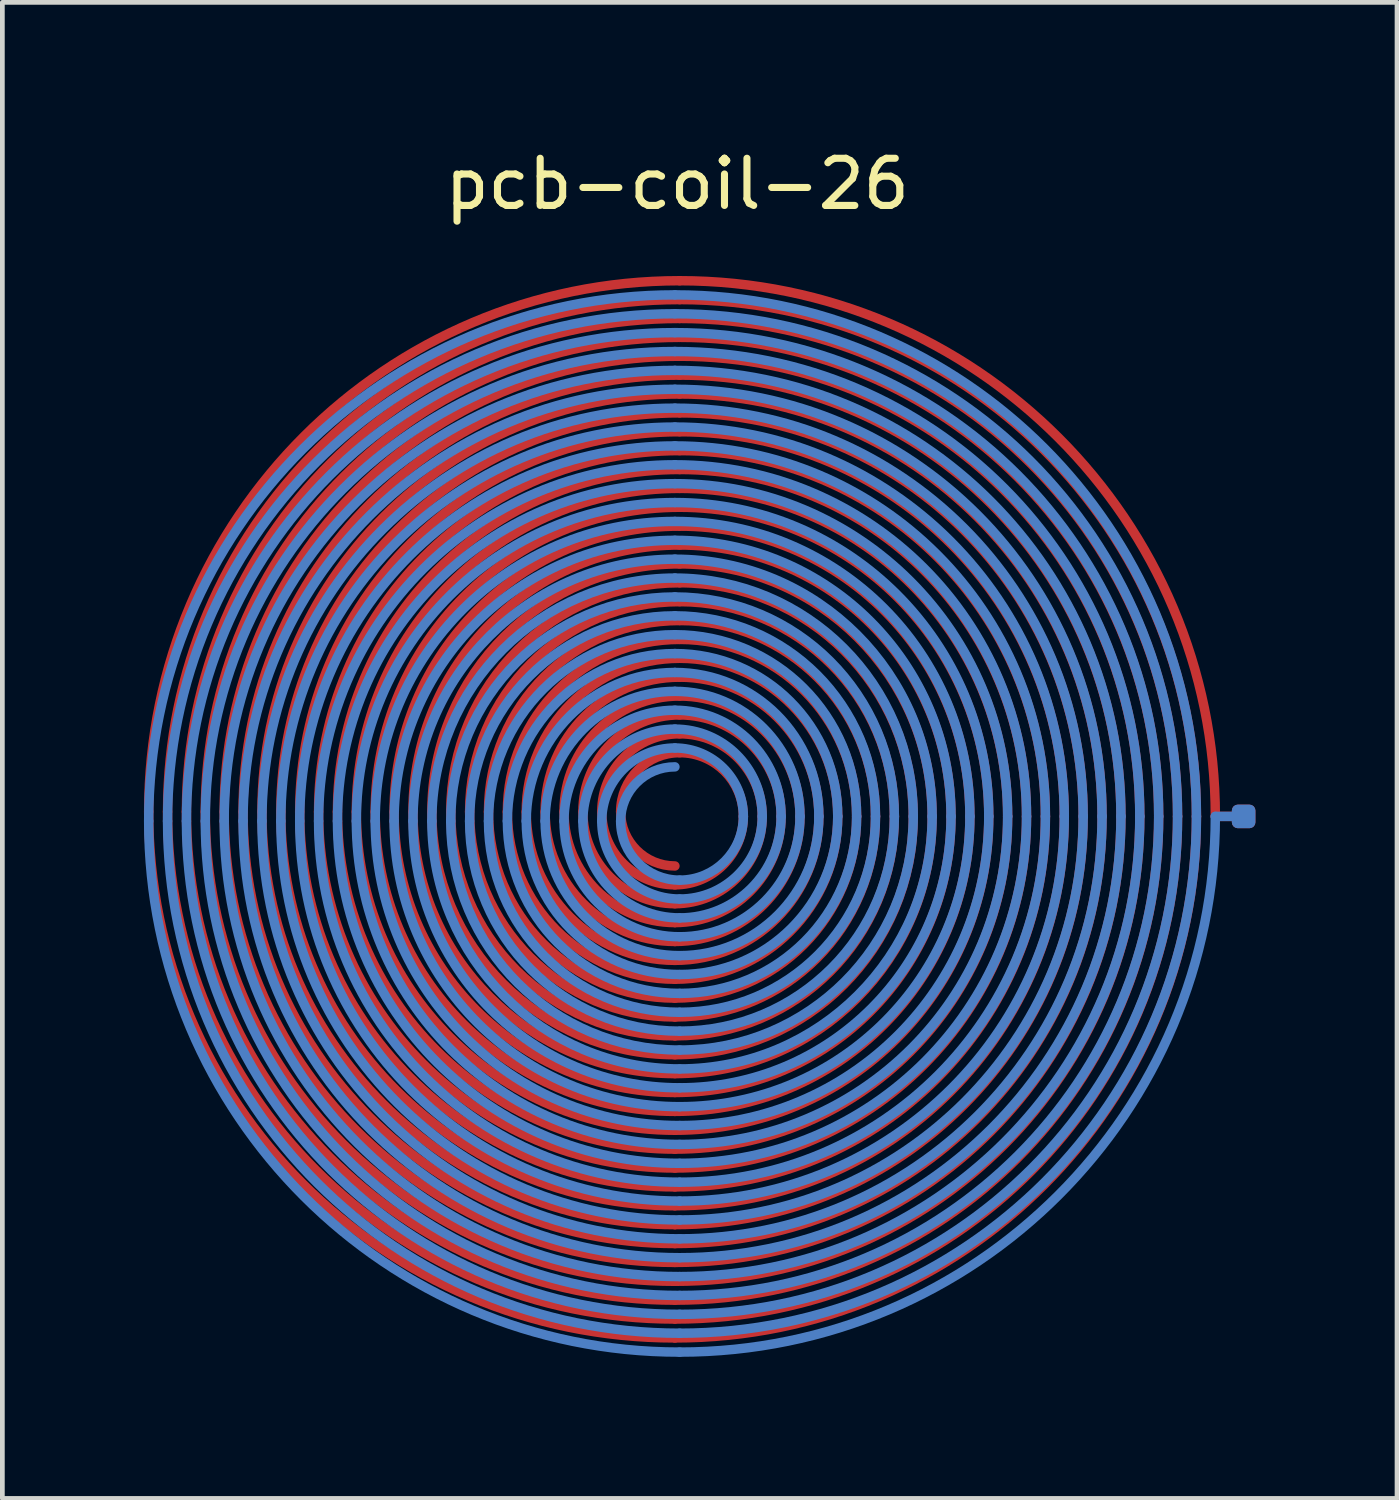
<source format=kicad_pcb>
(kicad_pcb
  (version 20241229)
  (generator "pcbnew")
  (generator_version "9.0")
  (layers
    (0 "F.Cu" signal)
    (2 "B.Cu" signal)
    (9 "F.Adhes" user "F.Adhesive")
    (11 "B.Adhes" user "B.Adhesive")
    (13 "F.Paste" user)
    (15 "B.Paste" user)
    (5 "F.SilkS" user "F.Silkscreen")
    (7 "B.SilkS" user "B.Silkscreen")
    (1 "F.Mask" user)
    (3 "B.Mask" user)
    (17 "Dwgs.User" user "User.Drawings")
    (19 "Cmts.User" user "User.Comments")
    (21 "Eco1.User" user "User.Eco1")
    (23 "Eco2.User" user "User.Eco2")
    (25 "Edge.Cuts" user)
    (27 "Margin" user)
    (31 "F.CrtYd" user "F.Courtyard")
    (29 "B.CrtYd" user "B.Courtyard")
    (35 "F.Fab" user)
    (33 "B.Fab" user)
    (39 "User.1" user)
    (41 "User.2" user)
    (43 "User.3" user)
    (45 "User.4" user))
  (footprint "pcb-coil-26"
    (layer "F.Cu")
    (at 11.3 14.248)
    (property "Reference" "pcb-coil-26" (at 0 -13.4 0) (layer "F.SilkS") (effects (font (size 1 1) (thickness 0.15))))
    (attr exclude_from_pos_files exclude_from_bom)
    (fp_line (start 11.4 0) (end 12 0) (stroke (width 0.2) (type solid)) (layer "F.Cu"))
    (fp_arc (start -11.2 -0.1) (mid -7.904951 -8.054951) (end 0.05 -11.35) (stroke (width 0.2) (type solid)) (layer "F.Cu"))
    (fp_arc (start -10.8 -0.1) (mid -7.622109 -7.772109) (end 0.05 -10.95) (stroke (width 0.2) (type solid)) (layer "F.Cu"))
    (fp_arc (start -10.4 -0.1) (mid -7.339266 -7.489266) (end 0.05 -10.55) (stroke (width 0.2) (type solid)) (layer "F.Cu"))
    (fp_arc (start -10 -0.1) (mid -7.056423 -7.206423) (end 0.05 -10.15) (stroke (width 0.2) (type solid)) (layer "F.Cu"))
    (fp_arc (start -9.6 -0.1) (mid -6.77358 -6.92358) (end 0.05 -9.75) (stroke (width 0.2) (type solid)) (layer "F.Cu"))
    (fp_arc (start -9.2 -0.1) (mid -6.490738 -6.640738) (end 0.05 -9.35) (stroke (width 0.2) (type solid)) (layer "F.Cu"))
    (fp_arc (start -8.8 -0.1) (mid -6.207895 -6.357895) (end 0.05 -8.95) (stroke (width 0.2) (type solid)) (layer "F.Cu"))
    (fp_arc (start -8.4 -0.1) (mid -5.925052 -6.075052) (end 0.05 -8.55) (stroke (width 0.2) (type solid)) (layer "F.Cu"))
    (fp_arc (start -8 -0.1) (mid -5.64221 -5.79221) (end 0.05 -8.15) (stroke (width 0.2) (type solid)) (layer "F.Cu"))
    (fp_arc (start -7.6 -0.1) (mid -5.359367 -5.509367) (end 0.05 -7.75) (stroke (width 0.2) (type solid)) (layer "F.Cu"))
    (fp_arc (start -7.2 -0.1) (mid -5.076524 -5.226524) (end 0.05 -7.35) (stroke (width 0.2) (type solid)) (layer "F.Cu"))
    (fp_arc (start -6.8 -0.1) (mid -4.793681 -4.943681) (end 0.05 -6.95) (stroke (width 0.2) (type solid)) (layer "F.Cu"))
    (fp_arc (start -6.4 -0.1) (mid -4.510839 -4.660839) (end 0.05 -6.55) (stroke (width 0.2) (type solid)) (layer "F.Cu"))
    (fp_arc (start -6 -0.1) (mid -4.227996 -4.377996) (end 0.05 -6.15) (stroke (width 0.2) (type solid)) (layer "F.Cu"))
    (fp_arc (start -5.6 -0.1) (mid -3.945153 -4.095153) (end 0.05 -5.75) (stroke (width 0.2) (type solid)) (layer "F.Cu"))
    (fp_arc (start -5.2 -0.1) (mid -3.662311 -3.812311) (end 0.05 -5.35) (stroke (width 0.2) (type solid)) (layer "F.Cu"))
    (fp_arc (start -4.8 -0.1) (mid -3.379468 -3.529468) (end 0.05 -4.95) (stroke (width 0.2) (type solid)) (layer "F.Cu"))
    (fp_arc (start -4.4 -0.1) (mid -3.096625 -3.246625) (end 0.05 -4.55) (stroke (width 0.2) (type solid)) (layer "F.Cu"))
    (fp_arc (start -4 -0.1) (mid -2.813782 -2.963782) (end 0.05 -4.15) (stroke (width 0.2) (type solid)) (layer "F.Cu"))
    (fp_arc (start -3.6 -0.1) (mid -2.53094 -2.68094) (end 0.05 -3.75) (stroke (width 0.2) (type solid)) (layer "F.Cu"))
    (fp_arc (start -3.2 -0.1) (mid -2.248097 -2.398097) (end 0.05 -3.35) (stroke (width 0.2) (type solid)) (layer "F.Cu"))
    (fp_arc (start -2.8 -0.1) (mid -1.965254 -2.115254) (end 0.05 -2.95) (stroke (width 0.2) (type solid)) (layer "F.Cu"))
    (fp_arc (start -2.4 -0.1) (mid -1.682412 -1.832412) (end 0.05 -2.55) (stroke (width 0.2) (type solid)) (layer "F.Cu"))
    (fp_arc (start -2 -0.1) (mid -1.399569 -1.549569) (end 0.05 -2.15) (stroke (width 0.2) (type solid)) (layer "F.Cu"))
    (fp_arc (start -1.6 -0.1) (mid -1.116726 -1.266726) (end 0.05 -1.75) (stroke (width 0.2) (type solid)) (layer "F.Cu"))
    (fp_arc (start -1.2 -0.1) (mid -0.833883 -0.983883) (end 0.05 -1.35) (stroke (width 0.2) (type solid)) (layer "F.Cu"))
    (fp_arc (start -0.05 1.05) (mid -0.863173 0.713173) (end -1.2 -0.1) (stroke (width 0.2) (type solid)) (layer "F.Cu"))
    (fp_arc (start -0.05 1.45) (mid -1.146016 0.996016) (end -1.6 -0.1) (stroke (width 0.2) (type solid)) (layer "F.Cu"))
    (fp_arc (start -0.05 1.85) (mid -1.428858 1.278858) (end -2 -0.1) (stroke (width 0.2) (type solid)) (layer "F.Cu"))
    (fp_arc (start -0.05 2.25) (mid -1.711701 1.561701) (end -2.4 -0.1) (stroke (width 0.2) (type solid)) (layer "F.Cu"))
    (fp_arc (start -0.05 2.65) (mid -1.994544 1.844544) (end -2.8 -0.1) (stroke (width 0.2) (type solid)) (layer "F.Cu"))
    (fp_arc (start -0.05 3.05) (mid -2.277386 2.127386) (end -3.2 -0.1) (stroke (width 0.2) (type solid)) (layer "F.Cu"))
    (fp_arc (start -0.05 3.45) (mid -2.560229 2.410229) (end -3.6 -0.1) (stroke (width 0.2) (type solid)) (layer "F.Cu"))
    (fp_arc (start -0.05 3.85) (mid -2.843072 2.693072) (end -4 -0.1) (stroke (width 0.2) (type solid)) (layer "F.Cu"))
    (fp_arc (start -0.05 4.25) (mid -3.125914 2.975914) (end -4.4 -0.1) (stroke (width 0.2) (type solid)) (layer "F.Cu"))
    (fp_arc (start -0.05 4.65) (mid -3.408757 3.258757) (end -4.8 -0.1) (stroke (width 0.2) (type solid)) (layer "F.Cu"))
    (fp_arc (start -0.05 5.05) (mid -3.6916 3.5416) (end -5.2 -0.1) (stroke (width 0.2) (type solid)) (layer "F.Cu"))
    (fp_arc (start -0.05 5.45) (mid -3.974443 3.824443) (end -5.6 -0.1) (stroke (width 0.2) (type solid)) (layer "F.Cu"))
    (fp_arc (start -0.05 5.85) (mid -4.257285 4.107285) (end -6 -0.1) (stroke (width 0.2) (type solid)) (layer "F.Cu"))
    (fp_arc (start -0.05 6.25) (mid -4.540128 4.390128) (end -6.4 -0.1) (stroke (width 0.2) (type solid)) (layer "F.Cu"))
    (fp_arc (start -0.05 6.65) (mid -4.822971 4.672971) (end -6.8 -0.1) (stroke (width 0.2) (type solid)) (layer "F.Cu"))
    (fp_arc (start -0.05 7.05) (mid -5.105813 4.955813) (end -7.2 -0.1) (stroke (width 0.2) (type solid)) (layer "F.Cu"))
    (fp_arc (start -0.05 7.45) (mid -5.388656 5.238656) (end -7.6 -0.1) (stroke (width 0.2) (type solid)) (layer "F.Cu"))
    (fp_arc (start -0.05 7.85) (mid -5.671499 5.521499) (end -8 -0.1) (stroke (width 0.2) (type solid)) (layer "F.Cu"))
    (fp_arc (start -0.05 8.25) (mid -5.954342 5.804342) (end -8.4 -0.1) (stroke (width 0.2) (type solid)) (layer "F.Cu"))
    (fp_arc (start -0.05 8.65) (mid -6.237184 6.087184) (end -8.8 -0.1) (stroke (width 0.2) (type solid)) (layer "F.Cu"))
    (fp_arc (start -0.05 9.05) (mid -6.520027 6.370027) (end -9.2 -0.1) (stroke (width 0.2) (type solid)) (layer "F.Cu"))
    (fp_arc (start -0.05 9.45) (mid -6.80287 6.65287) (end -9.6 -0.1) (stroke (width 0.2) (type solid)) (layer "F.Cu"))
    (fp_arc (start -0.05 9.85) (mid -7.085712 6.935712) (end -10 -0.1) (stroke (width 0.2) (type solid)) (layer "F.Cu"))
    (fp_arc (start -0.05 10.25) (mid -7.368555 7.218555) (end -10.4 -0.1) (stroke (width 0.2) (type solid)) (layer "F.Cu"))
    (fp_arc (start -0.05 10.65) (mid -7.651398 7.501398) (end -10.8 -0.1) (stroke (width 0.2) (type solid)) (layer "F.Cu"))
    (fp_arc (start -0.05 11.05) (mid -7.934241 7.784241) (end -11.2 -0.1) (stroke (width 0.2) (type solid)) (layer "F.Cu"))
    (fp_arc (start 0.05 -11.35) (mid 8.075662 -8.025662) (end 11.4 0) (stroke (width 0.2) (type solid)) (layer "F.Cu"))
    (fp_arc (start 0.05 -10.95) (mid 7.792819 -7.742819) (end 11 0) (stroke (width 0.2) (type solid)) (layer "F.Cu"))
    (fp_arc (start 0.05 -10.55) (mid 7.509977 -7.459977) (end 10.6 0) (stroke (width 0.2) (type solid)) (layer "F.Cu"))
    (fp_arc (start 0.05 -10.15) (mid 7.227134 -7.177134) (end 10.2 0) (stroke (width 0.2) (type solid)) (layer "F.Cu"))
    (fp_arc (start 0.05 -9.75) (mid 6.944291 -6.894291) (end 9.8 0) (stroke (width 0.2) (type solid)) (layer "F.Cu"))
    (fp_arc (start 0.05 -9.35) (mid 6.661448 -6.611448) (end 9.4 0) (stroke (width 0.2) (type solid)) (layer "F.Cu"))
    (fp_arc (start 0.05 -8.95) (mid 6.378606 -6.328606) (end 9 0) (stroke (width 0.2) (type solid)) (layer "F.Cu"))
    (fp_arc (start 0.05 -8.55) (mid 6.095763 -6.045763) (end 8.6 0) (stroke (width 0.2) (type solid)) (layer "F.Cu"))
    (fp_arc (start 0.05 -8.15) (mid 5.81292 -5.76292) (end 8.2 0) (stroke (width 0.2) (type solid)) (layer "F.Cu"))
    (fp_arc (start 0.05 -7.75) (mid 5.530078 -5.480078) (end 7.8 0) (stroke (width 0.2) (type solid)) (layer "F.Cu"))
    (fp_arc (start 0.05 -7.35) (mid 5.247235 -5.197235) (end 7.4 0) (stroke (width 0.2) (type solid)) (layer "F.Cu"))
    (fp_arc (start 0.05 -6.95) (mid 4.964392 -4.914392) (end 7 0) (stroke (width 0.2) (type solid)) (layer "F.Cu"))
    (fp_arc (start 0.05 -6.55) (mid 4.681549 -4.631549) (end 6.6 0) (stroke (width 0.2) (type solid)) (layer "F.Cu"))
    (fp_arc (start 0.05 -6.15) (mid 4.398707 -4.348707) (end 6.2 0) (stroke (width 0.2) (type solid)) (layer "F.Cu"))
    (fp_arc (start 0.05 -5.75) (mid 4.115864 -4.065864) (end 5.8 0) (stroke (width 0.2) (type solid)) (layer "F.Cu"))
    (fp_arc (start 0.05 -5.35) (mid 3.833021 -3.783021) (end 5.4 0) (stroke (width 0.2) (type solid)) (layer "F.Cu"))
    (fp_arc (start 0.05 -4.95) (mid 3.550179 -3.500179) (end 5 0) (stroke (width 0.2) (type solid)) (layer "F.Cu"))
    (fp_arc (start 0.05 -4.55) (mid 3.267336 -3.217336) (end 4.6 0) (stroke (width 0.2) (type solid)) (layer "F.Cu"))
    (fp_arc (start 0.05 -4.15) (mid 2.984493 -2.934493) (end 4.2 0) (stroke (width 0.2) (type solid)) (layer "F.Cu"))
    (fp_arc (start 0.05 -3.75) (mid 2.70165 -2.65165) (end 3.8 0) (stroke (width 0.2) (type solid)) (layer "F.Cu"))
    (fp_arc (start 0.05 -3.35) (mid 2.418808 -2.368808) (end 3.4 0) (stroke (width 0.2) (type solid)) (layer "F.Cu"))
    (fp_arc (start 0.05 -2.95) (mid 2.135965 -2.085965) (end 3 0) (stroke (width 0.2) (type solid)) (layer "F.Cu"))
    (fp_arc (start 0.05 -2.55) (mid 1.853122 -1.803122) (end 2.6 0) (stroke (width 0.2) (type solid)) (layer "F.Cu"))
    (fp_arc (start 0.05 -2.15) (mid 1.57028 -1.52028) (end 2.2 0) (stroke (width 0.2) (type solid)) (layer "F.Cu"))
    (fp_arc (start 0.05 -1.75) (mid 1.287437 -1.237437) (end 1.8 0) (stroke (width 0.2) (type solid)) (layer "F.Cu"))
    (fp_arc (start 0.05 -1.35) (mid 1.004594 -0.954594) (end 1.4 0) (stroke (width 0.2) (type solid)) (layer "F.Cu"))
    (fp_arc (start 1.4 0) (mid 0.975305 1.025305) (end -0.05 1.45) (stroke (width 0.2) (type solid)) (layer "F.Cu"))
    (fp_arc (start 1.8 0) (mid 1.258148 1.308148) (end -0.05 1.85) (stroke (width 0.2) (type solid)) (layer "F.Cu"))
    (fp_arc (start 2.2 0) (mid 1.54099 1.59099) (end -0.05 2.25) (stroke (width 0.2) (type solid)) (layer "F.Cu"))
    (fp_arc (start 2.6 0) (mid 1.823833 1.873833) (end -0.05 2.65) (stroke (width 0.2) (type solid)) (layer "F.Cu"))
    (fp_arc (start 3 0) (mid 2.106676 2.156676) (end -0.05 3.05) (stroke (width 0.2) (type solid)) (layer "F.Cu"))
    (fp_arc (start 3.4 0) (mid 2.389518 2.439518) (end -0.05 3.45) (stroke (width 0.2) (type solid)) (layer "F.Cu"))
    (fp_arc (start 3.8 0) (mid 2.672361 2.722361) (end -0.05 3.85) (stroke (width 0.2) (type solid)) (layer "F.Cu"))
    (fp_arc (start 4.2 0) (mid 2.955204 3.005204) (end -0.05 4.25) (stroke (width 0.2) (type solid)) (layer "F.Cu"))
    (fp_arc (start 4.6 0) (mid 3.238047 3.288047) (end -0.05 4.65) (stroke (width 0.2) (type solid)) (layer "F.Cu"))
    (fp_arc (start 5 0) (mid 3.520889 3.570889) (end -0.05 5.05) (stroke (width 0.2) (type solid)) (layer "F.Cu"))
    (fp_arc (start 5.4 0) (mid 3.803732 3.853732) (end -0.05 5.45) (stroke (width 0.2) (type solid)) (layer "F.Cu"))
    (fp_arc (start 5.8 0) (mid 4.086575 4.136575) (end -0.05 5.85) (stroke (width 0.2) (type solid)) (layer "F.Cu"))
    (fp_arc (start 6.2 0) (mid 4.369417 4.419417) (end -0.05 6.25) (stroke (width 0.2) (type solid)) (layer "F.Cu"))
    (fp_arc (start 6.6 0) (mid 4.65226 4.70226) (end -0.05 6.65) (stroke (width 0.2) (type solid)) (layer "F.Cu"))
    (fp_arc (start 7 0) (mid 4.935103 4.985103) (end -0.05 7.05) (stroke (width 0.2) (type solid)) (layer "F.Cu"))
    (fp_arc (start 7.4 0) (mid 5.217946 5.267946) (end -0.05 7.45) (stroke (width 0.2) (type solid)) (layer "F.Cu"))
    (fp_arc (start 7.8 0) (mid 5.500788 5.550788) (end -0.05 7.85) (stroke (width 0.2) (type solid)) (layer "F.Cu"))
    (fp_arc (start 8.2 0) (mid 5.783631 5.833631) (end -0.05 8.25) (stroke (width 0.2) (type solid)) (layer "F.Cu"))
    (fp_arc (start 8.6 0) (mid 6.066474 6.116474) (end -0.05 8.65) (stroke (width 0.2) (type solid)) (layer "F.Cu"))
    (fp_arc (start 9 0) (mid 6.349316 6.399316) (end -0.05 9.05) (stroke (width 0.2) (type solid)) (layer "F.Cu"))
    (fp_arc (start 9.4 0) (mid 6.632159 6.682159) (end -0.05 9.45) (stroke (width 0.2) (type solid)) (layer "F.Cu"))
    (fp_arc (start 9.8 0) (mid 6.915002 6.965002) (end -0.05 9.85) (stroke (width 0.2) (type solid)) (layer "F.Cu"))
    (fp_arc (start 10.2 0) (mid 7.197845 7.247845) (end -0.05 10.25) (stroke (width 0.2) (type solid)) (layer "F.Cu"))
    (fp_arc (start 10.6 0) (mid 7.480687 7.530687) (end -0.05 10.65) (stroke (width 0.2) (type solid)) (layer "F.Cu"))
    (fp_arc (start 11 0) (mid 7.76353 7.81353) (end -0.05 11.05) (stroke (width 0.2) (type solid)) (layer "F.Cu"))
    (fp_line (start 11.4 0) (end 12 0) (stroke (width 0.2) (type solid)) (layer "B.Cu"))
    (fp_arc (start -11.2 0.1) (mid -7.934241 -7.784241) (end -0.05 -11.05) (stroke (width 0.2) (type solid)) (layer "B.Cu"))
    (fp_arc (start -10.8 0.1) (mid -7.651398 -7.501398) (end -0.05 -10.65) (stroke (width 0.2) (type solid)) (layer "B.Cu"))
    (fp_arc (start -10.4 0.1) (mid -7.368555 -7.218555) (end -0.05 -10.25) (stroke (width 0.2) (type solid)) (layer "B.Cu"))
    (fp_arc (start -10 0.1) (mid -7.085712 -6.935712) (end -0.05 -9.85) (stroke (width 0.2) (type solid)) (layer "B.Cu"))
    (fp_arc (start -9.6 0.1) (mid -6.80287 -6.65287) (end -0.05 -9.45) (stroke (width 0.2) (type solid)) (layer "B.Cu"))
    (fp_arc (start -9.2 0.1) (mid -6.520027 -6.370027) (end -0.05 -9.05) (stroke (width 0.2) (type solid)) (layer "B.Cu"))
    (fp_arc (start -8.8 0.1) (mid -6.237184 -6.087184) (end -0.05 -8.65) (stroke (width 0.2) (type solid)) (layer "B.Cu"))
    (fp_arc (start -8.4 0.1) (mid -5.954342 -5.804342) (end -0.05 -8.25) (stroke (width 0.2) (type solid)) (layer "B.Cu"))
    (fp_arc (start -8 0.1) (mid -5.671499 -5.521499) (end -0.05 -7.85) (stroke (width 0.2) (type solid)) (layer "B.Cu"))
    (fp_arc (start -7.6 0.1) (mid -5.388656 -5.238656) (end -0.05 -7.45) (stroke (width 0.2) (type solid)) (layer "B.Cu"))
    (fp_arc (start -7.2 0.1) (mid -5.105813 -4.955813) (end -0.05 -7.05) (stroke (width 0.2) (type solid)) (layer "B.Cu"))
    (fp_arc (start -6.8 0.1) (mid -4.822971 -4.672971) (end -0.05 -6.65) (stroke (width 0.2) (type solid)) (layer "B.Cu"))
    (fp_arc (start -6.4 0.1) (mid -4.540128 -4.390128) (end -0.05 -6.25) (stroke (width 0.2) (type solid)) (layer "B.Cu"))
    (fp_arc (start -6 0.1) (mid -4.257285 -4.107285) (end -0.05 -5.85) (stroke (width 0.2) (type solid)) (layer "B.Cu"))
    (fp_arc (start -5.6 0.1) (mid -3.974443 -3.824443) (end -0.05 -5.45) (stroke (width 0.2) (type solid)) (layer "B.Cu"))
    (fp_arc (start -5.2 0.1) (mid -3.6916 -3.5416) (end -0.05 -5.05) (stroke (width 0.2) (type solid)) (layer "B.Cu"))
    (fp_arc (start -4.8 0.1) (mid -3.408757 -3.258757) (end -0.05 -4.65) (stroke (width 0.2) (type solid)) (layer "B.Cu"))
    (fp_arc (start -4.4 0.1) (mid -3.125914 -2.975914) (end -0.05 -4.25) (stroke (width 0.2) (type solid)) (layer "B.Cu"))
    (fp_arc (start -4 0.1) (mid -2.843072 -2.693072) (end -0.05 -3.85) (stroke (width 0.2) (type solid)) (layer "B.Cu"))
    (fp_arc (start -3.6 0.1) (mid -2.560229 -2.410229) (end -0.05 -3.45) (stroke (width 0.2) (type solid)) (layer "B.Cu"))
    (fp_arc (start -3.2 0.1) (mid -2.277386 -2.127386) (end -0.05 -3.05) (stroke (width 0.2) (type solid)) (layer "B.Cu"))
    (fp_arc (start -2.8 0.1) (mid -1.994544 -1.844544) (end -0.05 -2.65) (stroke (width 0.2) (type solid)) (layer "B.Cu"))
    (fp_arc (start -2.4 0.1) (mid -1.711701 -1.561701) (end -0.05 -2.25) (stroke (width 0.2) (type solid)) (layer "B.Cu"))
    (fp_arc (start -2 0.1) (mid -1.428858 -1.278858) (end -0.05 -1.85) (stroke (width 0.2) (type solid)) (layer "B.Cu"))
    (fp_arc (start -1.6 0.1) (mid -1.146016 -0.996016) (end -0.05 -1.45) (stroke (width 0.2) (type solid)) (layer "B.Cu"))
    (fp_arc (start -1.2 0.1) (mid -0.863173 -0.713173) (end -0.05 -1.05) (stroke (width 0.2) (type solid)) (layer "B.Cu"))
    (fp_arc (start -0.05 -11.05) (mid 7.76353 -7.81353) (end 11 0) (stroke (width 0.2) (type solid)) (layer "B.Cu"))
    (fp_arc (start -0.05 -10.65) (mid 7.480687 -7.530687) (end 10.6 0) (stroke (width 0.2) (type solid)) (layer "B.Cu"))
    (fp_arc (start -0.05 -10.25) (mid 7.197845 -7.247845) (end 10.2 0) (stroke (width 0.2) (type solid)) (layer "B.Cu"))
    (fp_arc (start -0.05 -9.85) (mid 6.915002 -6.965002) (end 9.8 0) (stroke (width 0.2) (type solid)) (layer "B.Cu"))
    (fp_arc (start -0.05 -9.45) (mid 6.632159 -6.682159) (end 9.4 0) (stroke (width 0.2) (type solid)) (layer "B.Cu"))
    (fp_arc (start -0.05 -9.05) (mid 6.349316 -6.399316) (end 9 0) (stroke (width 0.2) (type solid)) (layer "B.Cu"))
    (fp_arc (start -0.05 -8.65) (mid 6.066474 -6.116474) (end 8.6 0) (stroke (width 0.2) (type solid)) (layer "B.Cu"))
    (fp_arc (start -0.05 -8.25) (mid 5.783631 -5.833631) (end 8.2 0) (stroke (width 0.2) (type solid)) (layer "B.Cu"))
    (fp_arc (start -0.05 -7.85) (mid 5.500788 -5.550788) (end 7.8 0) (stroke (width 0.2) (type solid)) (layer "B.Cu"))
    (fp_arc (start -0.05 -7.45) (mid 5.217946 -5.267946) (end 7.4 0) (stroke (width 0.2) (type solid)) (layer "B.Cu"))
    (fp_arc (start -0.05 -7.05) (mid 4.935103 -4.985103) (end 7 0) (stroke (width 0.2) (type solid)) (layer "B.Cu"))
    (fp_arc (start -0.05 -6.65) (mid 4.65226 -4.70226) (end 6.6 0) (stroke (width 0.2) (type solid)) (layer "B.Cu"))
    (fp_arc (start -0.05 -6.25) (mid 4.369417 -4.419417) (end 6.2 0) (stroke (width 0.2) (type solid)) (layer "B.Cu"))
    (fp_arc (start -0.05 -5.85) (mid 4.086575 -4.136575) (end 5.8 0) (stroke (width 0.2) (type solid)) (layer "B.Cu"))
    (fp_arc (start -0.05 -5.45) (mid 3.803732 -3.853732) (end 5.4 0) (stroke (width 0.2) (type solid)) (layer "B.Cu"))
    (fp_arc (start -0.05 -5.05) (mid 3.520889 -3.570889) (end 5 0) (stroke (width 0.2) (type solid)) (layer "B.Cu"))
    (fp_arc (start -0.05 -4.65) (mid 3.238047 -3.288047) (end 4.6 0) (stroke (width 0.2) (type solid)) (layer "B.Cu"))
    (fp_arc (start -0.05 -4.25) (mid 2.955204 -3.005204) (end 4.2 0) (stroke (width 0.2) (type solid)) (layer "B.Cu"))
    (fp_arc (start -0.05 -3.85) (mid 2.672361 -2.722361) (end 3.8 0) (stroke (width 0.2) (type solid)) (layer "B.Cu"))
    (fp_arc (start -0.05 -3.45) (mid 2.389518 -2.439518) (end 3.4 0) (stroke (width 0.2) (type solid)) (layer "B.Cu"))
    (fp_arc (start -0.05 -3.05) (mid 2.106676 -2.156676) (end 3 0) (stroke (width 0.2) (type solid)) (layer "B.Cu"))
    (fp_arc (start -0.05 -2.65) (mid 1.823833 -1.873833) (end 2.6 0) (stroke (width 0.2) (type solid)) (layer "B.Cu"))
    (fp_arc (start -0.05 -2.25) (mid 1.54099 -1.59099) (end 2.2 0) (stroke (width 0.2) (type solid)) (layer "B.Cu"))
    (fp_arc (start -0.05 -1.85) (mid 1.258148 -1.308148) (end 1.8 0) (stroke (width 0.2) (type solid)) (layer "B.Cu"))
    (fp_arc (start -0.05 -1.45) (mid 0.975305 -1.025305) (end 1.4 0) (stroke (width 0.2) (type solid)) (layer "B.Cu"))
    (fp_arc (start 0.05 1.35) (mid -0.833883 0.983883) (end -1.2 0.1) (stroke (width 0.2) (type solid)) (layer "B.Cu"))
    (fp_arc (start 0.05 1.75) (mid -1.116726 1.266726) (end -1.6 0.1) (stroke (width 0.2) (type solid)) (layer "B.Cu"))
    (fp_arc (start 0.05 2.15) (mid -1.399569 1.549569) (end -2 0.1) (stroke (width 0.2) (type solid)) (layer "B.Cu"))
    (fp_arc (start 0.05 2.55) (mid -1.682412 1.832412) (end -2.4 0.1) (stroke (width 0.2) (type solid)) (layer "B.Cu"))
    (fp_arc (start 0.05 2.95) (mid -1.965254 2.115254) (end -2.8 0.1) (stroke (width 0.2) (type solid)) (layer "B.Cu"))
    (fp_arc (start 0.05 3.35) (mid -2.248097 2.398097) (end -3.2 0.1) (stroke (width 0.2) (type solid)) (layer "B.Cu"))
    (fp_arc (start 0.05 3.75) (mid -2.53094 2.68094) (end -3.6 0.1) (stroke (width 0.2) (type solid)) (layer "B.Cu"))
    (fp_arc (start 0.05 4.15) (mid -2.813782 2.963782) (end -4 0.1) (stroke (width 0.2) (type solid)) (layer "B.Cu"))
    (fp_arc (start 0.05 4.55) (mid -3.096625 3.246625) (end -4.4 0.1) (stroke (width 0.2) (type solid)) (layer "B.Cu"))
    (fp_arc (start 0.05 4.95) (mid -3.379468 3.529468) (end -4.8 0.1) (stroke (width 0.2) (type solid)) (layer "B.Cu"))
    (fp_arc (start 0.05 5.35) (mid -3.662311 3.812311) (end -5.2 0.1) (stroke (width 0.2) (type solid)) (layer "B.Cu"))
    (fp_arc (start 0.05 5.75) (mid -3.945153 4.095153) (end -5.6 0.1) (stroke (width 0.2) (type solid)) (layer "B.Cu"))
    (fp_arc (start 0.05 6.15) (mid -4.227996 4.377996) (end -6 0.1) (stroke (width 0.2) (type solid)) (layer "B.Cu"))
    (fp_arc (start 0.05 6.55) (mid -4.510839 4.660839) (end -6.4 0.1) (stroke (width 0.2) (type solid)) (layer "B.Cu"))
    (fp_arc (start 0.05 6.95) (mid -4.793681 4.943681) (end -6.8 0.1) (stroke (width 0.2) (type solid)) (layer "B.Cu"))
    (fp_arc (start 0.05 7.35) (mid -5.076524 5.226524) (end -7.2 0.1) (stroke (width 0.2) (type solid)) (layer "B.Cu"))
    (fp_arc (start 0.05 7.75) (mid -5.359367 5.509367) (end -7.6 0.1) (stroke (width 0.2) (type solid)) (layer "B.Cu"))
    (fp_arc (start 0.05 8.15) (mid -5.64221 5.79221) (end -8 0.1) (stroke (width 0.2) (type solid)) (layer "B.Cu"))
    (fp_arc (start 0.05 8.55) (mid -5.925052 6.075052) (end -8.4 0.1) (stroke (width 0.2) (type solid)) (layer "B.Cu"))
    (fp_arc (start 0.05 8.95) (mid -6.207895 6.357895) (end -8.8 0.1) (stroke (width 0.2) (type solid)) (layer "B.Cu"))
    (fp_arc (start 0.05 9.35) (mid -6.490738 6.640738) (end -9.2 0.1) (stroke (width 0.2) (type solid)) (layer "B.Cu"))
    (fp_arc (start 0.05 9.75) (mid -6.77358 6.92358) (end -9.6 0.1) (stroke (width 0.2) (type solid)) (layer "B.Cu"))
    (fp_arc (start 0.05 10.15) (mid -7.056423 7.206423) (end -10 0.1) (stroke (width 0.2) (type solid)) (layer "B.Cu"))
    (fp_arc (start 0.05 10.55) (mid -7.339266 7.489266) (end -10.4 0.1) (stroke (width 0.2) (type solid)) (layer "B.Cu"))
    (fp_arc (start 0.05 10.95) (mid -7.622109 7.772109) (end -10.8 0.1) (stroke (width 0.2) (type solid)) (layer "B.Cu"))
    (fp_arc (start 0.05 11.35) (mid -7.904951 8.054951) (end -11.2 0.1) (stroke (width 0.2) (type solid)) (layer "B.Cu"))
    (fp_arc (start 1.4 0) (mid 1.004594 0.954594) (end 0.05 1.35) (stroke (width 0.2) (type solid)) (layer "B.Cu"))
    (fp_arc (start 1.8 0) (mid 1.287437 1.237437) (end 0.05 1.75) (stroke (width 0.2) (type solid)) (layer "B.Cu"))
    (fp_arc (start 2.2 0) (mid 1.57028 1.52028) (end 0.05 2.15) (stroke (width 0.2) (type solid)) (layer "B.Cu"))
    (fp_arc (start 2.6 0) (mid 1.853122 1.803122) (end 0.05 2.55) (stroke (width 0.2) (type solid)) (layer "B.Cu"))
    (fp_arc (start 3 0) (mid 2.135965 2.085965) (end 0.05 2.95) (stroke (width 0.2) (type solid)) (layer "B.Cu"))
    (fp_arc (start 3.4 0) (mid 2.418808 2.368808) (end 0.05 3.35) (stroke (width 0.2) (type solid)) (layer "B.Cu"))
    (fp_arc (start 3.8 0) (mid 2.70165 2.65165) (end 0.05 3.75) (stroke (width 0.2) (type solid)) (layer "B.Cu"))
    (fp_arc (start 4.2 0) (mid 2.984493 2.934493) (end 0.05 4.15) (stroke (width 0.2) (type solid)) (layer "B.Cu"))
    (fp_arc (start 4.6 0) (mid 3.267336 3.217336) (end 0.05 4.55) (stroke (width 0.2) (type solid)) (layer "B.Cu"))
    (fp_arc (start 5 0) (mid 3.550179 3.500179) (end 0.05 4.95) (stroke (width 0.2) (type solid)) (layer "B.Cu"))
    (fp_arc (start 5.4 0) (mid 3.833021 3.783021) (end 0.05 5.35) (stroke (width 0.2) (type solid)) (layer "B.Cu"))
    (fp_arc (start 5.8 0) (mid 4.115864 4.065864) (end 0.05 5.75) (stroke (width 0.2) (type solid)) (layer "B.Cu"))
    (fp_arc (start 6.2 0) (mid 4.398707 4.348707) (end 0.05 6.15) (stroke (width 0.2) (type solid)) (layer "B.Cu"))
    (fp_arc (start 6.6 0) (mid 4.681549 4.631549) (end 0.05 6.55) (stroke (width 0.2) (type solid)) (layer "B.Cu"))
    (fp_arc (start 7 0) (mid 4.964392 4.914392) (end 0.05 6.95) (stroke (width 0.2) (type solid)) (layer "B.Cu"))
    (fp_arc (start 7.4 0) (mid 5.247235 5.197235) (end 0.05 7.35) (stroke (width 0.2) (type solid)) (layer "B.Cu"))
    (fp_arc (start 7.8 0) (mid 5.530078 5.480078) (end 0.05 7.75) (stroke (width 0.2) (type solid)) (layer "B.Cu"))
    (fp_arc (start 8.2 0) (mid 5.81292 5.76292) (end 0.05 8.15) (stroke (width 0.2) (type solid)) (layer "B.Cu"))
    (fp_arc (start 8.6 0) (mid 6.095763 6.045763) (end 0.05 8.55) (stroke (width 0.2) (type solid)) (layer "B.Cu"))
    (fp_arc (start 9 0) (mid 6.378606 6.328606) (end 0.05 8.95) (stroke (width 0.2) (type solid)) (layer "B.Cu"))
    (fp_arc (start 9.4 0) (mid 6.661448 6.611448) (end 0.05 9.35) (stroke (width 0.2) (type solid)) (layer "B.Cu"))
    (fp_arc (start 9.8 0) (mid 6.944291 6.894291) (end 0.05 9.75) (stroke (width 0.2) (type solid)) (layer "B.Cu"))
    (fp_arc (start 10.2 0) (mid 7.227134 7.177134) (end 0.05 10.15) (stroke (width 0.2) (type solid)) (layer "B.Cu"))
    (fp_arc (start 10.6 0) (mid 7.509977 7.459977) (end 0.05 10.55) (stroke (width 0.2) (type solid)) (layer "B.Cu"))
    (fp_arc (start 11 0) (mid 7.792819 7.742819) (end 0.05 10.95) (stroke (width 0.2) (type solid)) (layer "B.Cu"))
    (fp_arc (start 11.4 0) (mid 8.075662 8.025662) (end 0.05 11.35) (stroke (width 0.2) (type solid)) (layer "B.Cu"))
    (fp_arc (start -11.2 0.1) (mid -7.934241 -7.784241) (end -0.05 -11.05) (stroke (width 0.2) (type solid)) (layer "In1.Cu"))
    (fp_arc (start -10.8 0.1) (mid -7.651398 -7.501398) (end -0.05 -10.65) (stroke (width 0.2) (type solid)) (layer "In1.Cu"))
    (fp_arc (start -10.4 0.1) (mid -7.368555 -7.218555) (end -0.05 -10.25) (stroke (width 0.2) (type solid)) (layer "In1.Cu"))
    (fp_arc (start -10 0.1) (mid -7.085712 -6.935712) (end -0.05 -9.85) (stroke (width 0.2) (type solid)) (layer "In1.Cu"))
    (fp_arc (start -9.6 0.1) (mid -6.80287 -6.65287) (end -0.05 -9.45) (stroke (width 0.2) (type solid)) (layer "In1.Cu"))
    (fp_arc (start -9.2 0.1) (mid -6.520027 -6.370027) (end -0.05 -9.05) (stroke (width 0.2) (type solid)) (layer "In1.Cu"))
    (fp_arc (start -8.8 0.1) (mid -6.237184 -6.087184) (end -0.05 -8.65) (stroke (width 0.2) (type solid)) (layer "In1.Cu"))
    (fp_arc (start -8.4 0.1) (mid -5.954342 -5.804342) (end -0.05 -8.25) (stroke (width 0.2) (type solid)) (layer "In1.Cu"))
    (fp_arc (start -8 0.1) (mid -5.671499 -5.521499) (end -0.05 -7.85) (stroke (width 0.2) (type solid)) (layer "In1.Cu"))
    (fp_arc (start -7.6 0.1) (mid -5.388656 -5.238656) (end -0.05 -7.45) (stroke (width 0.2) (type solid)) (layer "In1.Cu"))
    (fp_arc (start -7.2 0.1) (mid -5.105813 -4.955813) (end -0.05 -7.05) (stroke (width 0.2) (type solid)) (layer "In1.Cu"))
    (fp_arc (start -6.8 0.1) (mid -4.822971 -4.672971) (end -0.05 -6.65) (stroke (width 0.2) (type solid)) (layer "In1.Cu"))
    (fp_arc (start -6.4 0.1) (mid -4.540128 -4.390128) (end -0.05 -6.25) (stroke (width 0.2) (type solid)) (layer "In1.Cu"))
    (fp_arc (start -6 0.1) (mid -4.257285 -4.107285) (end -0.05 -5.85) (stroke (width 0.2) (type solid)) (layer "In1.Cu"))
    (fp_arc (start -5.6 0.1) (mid -3.974443 -3.824443) (end -0.05 -5.45) (stroke (width 0.2) (type solid)) (layer "In1.Cu"))
    (fp_arc (start -5.2 0.1) (mid -3.6916 -3.5416) (end -0.05 -5.05) (stroke (width 0.2) (type solid)) (layer "In1.Cu"))
    (fp_arc (start -4.8 0.1) (mid -3.408757 -3.258757) (end -0.05 -4.65) (stroke (width 0.2) (type solid)) (layer "In1.Cu"))
    (fp_arc (start -4.4 0.1) (mid -3.125914 -2.975914) (end -0.05 -4.25) (stroke (width 0.2) (type solid)) (layer "In1.Cu"))
    (fp_arc (start -4 0.1) (mid -2.843072 -2.693072) (end -0.05 -3.85) (stroke (width 0.2) (type solid)) (layer "In1.Cu"))
    (fp_arc (start -3.6 0.1) (mid -2.560229 -2.410229) (end -0.05 -3.45) (stroke (width 0.2) (type solid)) (layer "In1.Cu"))
    (fp_arc (start -3.2 0.1) (mid -2.277386 -2.127386) (end -0.05 -3.05) (stroke (width 0.2) (type solid)) (layer "In1.Cu"))
    (fp_arc (start -2.8 0.1) (mid -1.994544 -1.844544) (end -0.05 -2.65) (stroke (width 0.2) (type solid)) (layer "In1.Cu"))
    (fp_arc (start -2.4 0.1) (mid -1.711701 -1.561701) (end -0.05 -2.25) (stroke (width 0.2) (type solid)) (layer "In1.Cu"))
    (fp_arc (start -2 0.1) (mid -1.428858 -1.278858) (end -0.05 -1.85) (stroke (width 0.2) (type solid)) (layer "In1.Cu"))
    (fp_arc (start -1.6 0.1) (mid -1.146016 -0.996016) (end -0.05 -1.45) (stroke (width 0.2) (type solid)) (layer "In1.Cu"))
    (fp_arc (start -1.2 0.1) (mid -0.863173 -0.713173) (end -0.05 -1.05) (stroke (width 0.2) (type solid)) (layer "In1.Cu"))
    (fp_arc (start -0.05 -11.05) (mid 7.76353 -7.81353) (end 11 0) (stroke (width 0.2) (type solid)) (layer "In1.Cu"))
    (fp_arc (start -0.05 -10.65) (mid 7.480687 -7.530687) (end 10.6 0) (stroke (width 0.2) (type solid)) (layer "In1.Cu"))
    (fp_arc (start -0.05 -10.25) (mid 7.197845 -7.247845) (end 10.2 0) (stroke (width 0.2) (type solid)) (layer "In1.Cu"))
    (fp_arc (start -0.05 -9.85) (mid 6.915002 -6.965002) (end 9.8 0) (stroke (width 0.2) (type solid)) (layer "In1.Cu"))
    (fp_arc (start -0.05 -9.45) (mid 6.632159 -6.682159) (end 9.4 0) (stroke (width 0.2) (type solid)) (layer "In1.Cu"))
    (fp_arc (start -0.05 -9.05) (mid 6.349316 -6.399316) (end 9 0) (stroke (width 0.2) (type solid)) (layer "In1.Cu"))
    (fp_arc (start -0.05 -8.65) (mid 6.066474 -6.116474) (end 8.6 0) (stroke (width 0.2) (type solid)) (layer "In1.Cu"))
    (fp_arc (start -0.05 -8.25) (mid 5.783631 -5.833631) (end 8.2 0) (stroke (width 0.2) (type solid)) (layer "In1.Cu"))
    (fp_arc (start -0.05 -7.85) (mid 5.500788 -5.550788) (end 7.8 0) (stroke (width 0.2) (type solid)) (layer "In1.Cu"))
    (fp_arc (start -0.05 -7.45) (mid 5.217946 -5.267946) (end 7.4 0) (stroke (width 0.2) (type solid)) (layer "In1.Cu"))
    (fp_arc (start -0.05 -7.05) (mid 4.935103 -4.985103) (end 7 0) (stroke (width 0.2) (type solid)) (layer "In1.Cu"))
    (fp_arc (start -0.05 -6.65) (mid 4.65226 -4.70226) (end 6.6 0) (stroke (width 0.2) (type solid)) (layer "In1.Cu"))
    (fp_arc (start -0.05 -6.25) (mid 4.369417 -4.419417) (end 6.2 0) (stroke (width 0.2) (type solid)) (layer "In1.Cu"))
    (fp_arc (start -0.05 -5.85) (mid 4.086575 -4.136575) (end 5.8 0) (stroke (width 0.2) (type solid)) (layer "In1.Cu"))
    (fp_arc (start -0.05 -5.45) (mid 3.803732 -3.853732) (end 5.4 0) (stroke (width 0.2) (type solid)) (layer "In1.Cu"))
    (fp_arc (start -0.05 -5.05) (mid 3.520889 -3.570889) (end 5 0) (stroke (width 0.2) (type solid)) (layer "In1.Cu"))
    (fp_arc (start -0.05 -4.65) (mid 3.238047 -3.288047) (end 4.6 0) (stroke (width 0.2) (type solid)) (layer "In1.Cu"))
    (fp_arc (start -0.05 -4.25) (mid 2.955204 -3.005204) (end 4.2 0) (stroke (width 0.2) (type solid)) (layer "In1.Cu"))
    (fp_arc (start -0.05 -3.85) (mid 2.672361 -2.722361) (end 3.8 0) (stroke (width 0.2) (type solid)) (layer "In1.Cu"))
    (fp_arc (start -0.05 -3.45) (mid 2.389518 -2.439518) (end 3.4 0) (stroke (width 0.2) (type solid)) (layer "In1.Cu"))
    (fp_arc (start -0.05 -3.05) (mid 2.106676 -2.156676) (end 3 0) (stroke (width 0.2) (type solid)) (layer "In1.Cu"))
    (fp_arc (start -0.05 -2.65) (mid 1.823833 -1.873833) (end 2.6 0) (stroke (width 0.2) (type solid)) (layer "In1.Cu"))
    (fp_arc (start -0.05 -2.25) (mid 1.54099 -1.59099) (end 2.2 0) (stroke (width 0.2) (type solid)) (layer "In1.Cu"))
    (fp_arc (start -0.05 -1.85) (mid 1.258148 -1.308148) (end 1.8 0) (stroke (width 0.2) (type solid)) (layer "In1.Cu"))
    (fp_arc (start -0.05 -1.45) (mid 0.975305 -1.025305) (end 1.4 0) (stroke (width 0.2) (type solid)) (layer "In1.Cu"))
    (fp_arc (start 0.05 1.35) (mid -0.833883 0.983883) (end -1.2 0.1) (stroke (width 0.2) (type solid)) (layer "In1.Cu"))
    (fp_arc (start 0.05 1.75) (mid -1.116726 1.266726) (end -1.6 0.1) (stroke (width 0.2) (type solid)) (layer "In1.Cu"))
    (fp_arc (start 0.05 2.15) (mid -1.399569 1.549569) (end -2 0.1) (stroke (width 0.2) (type solid)) (layer "In1.Cu"))
    (fp_arc (start 0.05 2.55) (mid -1.682412 1.832412) (end -2.4 0.1) (stroke (width 0.2) (type solid)) (layer "In1.Cu"))
    (fp_arc (start 0.05 2.95) (mid -1.965254 2.115254) (end -2.8 0.1) (stroke (width 0.2) (type solid)) (layer "In1.Cu"))
    (fp_arc (start 0.05 3.35) (mid -2.248097 2.398097) (end -3.2 0.1) (stroke (width 0.2) (type solid)) (layer "In1.Cu"))
    (fp_arc (start 0.05 3.75) (mid -2.53094 2.68094) (end -3.6 0.1) (stroke (width 0.2) (type solid)) (layer "In1.Cu"))
    (fp_arc (start 0.05 4.15) (mid -2.813782 2.963782) (end -4 0.1) (stroke (width 0.2) (type solid)) (layer "In1.Cu"))
    (fp_arc (start 0.05 4.55) (mid -3.096625 3.246625) (end -4.4 0.1) (stroke (width 0.2) (type solid)) (layer "In1.Cu"))
    (fp_arc (start 0.05 4.95) (mid -3.379468 3.529468) (end -4.8 0.1) (stroke (width 0.2) (type solid)) (layer "In1.Cu"))
    (fp_arc (start 0.05 5.35) (mid -3.662311 3.812311) (end -5.2 0.1) (stroke (width 0.2) (type solid)) (layer "In1.Cu"))
    (fp_arc (start 0.05 5.75) (mid -3.945153 4.095153) (end -5.6 0.1) (stroke (width 0.2) (type solid)) (layer "In1.Cu"))
    (fp_arc (start 0.05 6.15) (mid -4.227996 4.377996) (end -6 0.1) (stroke (width 0.2) (type solid)) (layer "In1.Cu"))
    (fp_arc (start 0.05 6.55) (mid -4.510839 4.660839) (end -6.4 0.1) (stroke (width 0.2) (type solid)) (layer "In1.Cu"))
    (fp_arc (start 0.05 6.95) (mid -4.793681 4.943681) (end -6.8 0.1) (stroke (width 0.2) (type solid)) (layer "In1.Cu"))
    (fp_arc (start 0.05 7.35) (mid -5.076524 5.226524) (end -7.2 0.1) (stroke (width 0.2) (type solid)) (layer "In1.Cu"))
    (fp_arc (start 0.05 7.75) (mid -5.359367 5.509367) (end -7.6 0.1) (stroke (width 0.2) (type solid)) (layer "In1.Cu"))
    (fp_arc (start 0.05 8.15) (mid -5.64221 5.79221) (end -8 0.1) (stroke (width 0.2) (type solid)) (layer "In1.Cu"))
    (fp_arc (start 0.05 8.55) (mid -5.925052 6.075052) (end -8.4 0.1) (stroke (width 0.2) (type solid)) (layer "In1.Cu"))
    (fp_arc (start 0.05 8.95) (mid -6.207895 6.357895) (end -8.8 0.1) (stroke (width 0.2) (type solid)) (layer "In1.Cu"))
    (fp_arc (start 0.05 9.35) (mid -6.490738 6.640738) (end -9.2 0.1) (stroke (width 0.2) (type solid)) (layer "In1.Cu"))
    (fp_arc (start 0.05 9.75) (mid -6.77358 6.92358) (end -9.6 0.1) (stroke (width 0.2) (type solid)) (layer "In1.Cu"))
    (fp_arc (start 0.05 10.15) (mid -7.056423 7.206423) (end -10 0.1) (stroke (width 0.2) (type solid)) (layer "In1.Cu"))
    (fp_arc (start 0.05 10.55) (mid -7.339266 7.489266) (end -10.4 0.1) (stroke (width 0.2) (type solid)) (layer "In1.Cu"))
    (fp_arc (start 0.05 10.95) (mid -7.622109 7.772109) (end -10.8 0.1) (stroke (width 0.2) (type solid)) (layer "In1.Cu"))
    (fp_arc (start 0.05 11.35) (mid -7.904951 8.054951) (end -11.2 0.1) (stroke (width 0.2) (type solid)) (layer "In1.Cu"))
    (fp_arc (start 1.4 0) (mid 1.004594 0.954594) (end 0.05 1.35) (stroke (width 0.2) (type solid)) (layer "In1.Cu"))
    (fp_arc (start 1.8 0) (mid 1.287437 1.237437) (end 0.05 1.75) (stroke (width 0.2) (type solid)) (layer "In1.Cu"))
    (fp_arc (start 2.2 0) (mid 1.57028 1.52028) (end 0.05 2.15) (stroke (width 0.2) (type solid)) (layer "In1.Cu"))
    (fp_arc (start 2.6 0) (mid 1.853122 1.803122) (end 0.05 2.55) (stroke (width 0.2) (type solid)) (layer "In1.Cu"))
    (fp_arc (start 3 0) (mid 2.135965 2.085965) (end 0.05 2.95) (stroke (width 0.2) (type solid)) (layer "In1.Cu"))
    (fp_arc (start 3.4 0) (mid 2.418808 2.368808) (end 0.05 3.35) (stroke (width 0.2) (type solid)) (layer "In1.Cu"))
    (fp_arc (start 3.8 0) (mid 2.70165 2.65165) (end 0.05 3.75) (stroke (width 0.2) (type solid)) (layer "In1.Cu"))
    (fp_arc (start 4.2 0) (mid 2.984493 2.934493) (end 0.05 4.15) (stroke (width 0.2) (type solid)) (layer "In1.Cu"))
    (fp_arc (start 4.6 0) (mid 3.267336 3.217336) (end 0.05 4.55) (stroke (width 0.2) (type solid)) (layer "In1.Cu"))
    (fp_arc (start 5 0) (mid 3.550179 3.500179) (end 0.05 4.95) (stroke (width 0.2) (type solid)) (layer "In1.Cu"))
    (fp_arc (start 5.4 0) (mid 3.833021 3.783021) (end 0.05 5.35) (stroke (width 0.2) (type solid)) (layer "In1.Cu"))
    (fp_arc (start 5.8 0) (mid 4.115864 4.065864) (end 0.05 5.75) (stroke (width 0.2) (type solid)) (layer "In1.Cu"))
    (fp_arc (start 6.2 0) (mid 4.398707 4.348707) (end 0.05 6.15) (stroke (width 0.2) (type solid)) (layer "In1.Cu"))
    (fp_arc (start 6.6 0) (mid 4.681549 4.631549) (end 0.05 6.55) (stroke (width 0.2) (type solid)) (layer "In1.Cu"))
    (fp_arc (start 7 0) (mid 4.964392 4.914392) (end 0.05 6.95) (stroke (width 0.2) (type solid)) (layer "In1.Cu"))
    (fp_arc (start 7.4 0) (mid 5.247235 5.197235) (end 0.05 7.35) (stroke (width 0.2) (type solid)) (layer "In1.Cu"))
    (fp_arc (start 7.8 0) (mid 5.530078 5.480078) (end 0.05 7.75) (stroke (width 0.2) (type solid)) (layer "In1.Cu"))
    (fp_arc (start 8.2 0) (mid 5.81292 5.76292) (end 0.05 8.15) (stroke (width 0.2) (type solid)) (layer "In1.Cu"))
    (fp_arc (start 8.6 0) (mid 6.095763 6.045763) (end 0.05 8.55) (stroke (width 0.2) (type solid)) (layer "In1.Cu"))
    (fp_arc (start 9 0) (mid 6.378606 6.328606) (end 0.05 8.95) (stroke (width 0.2) (type solid)) (layer "In1.Cu"))
    (fp_arc (start 9.4 0) (mid 6.661448 6.611448) (end 0.05 9.35) (stroke (width 0.2) (type solid)) (layer "In1.Cu"))
    (fp_arc (start 9.8 0) (mid 6.944291 6.894291) (end 0.05 9.75) (stroke (width 0.2) (type solid)) (layer "In1.Cu"))
    (fp_arc (start 10.2 0) (mid 7.227134 7.177134) (end 0.05 10.15) (stroke (width 0.2) (type solid)) (layer "In1.Cu"))
    (fp_arc (start 10.6 0) (mid 7.509977 7.459977) (end 0.05 10.55) (stroke (width 0.2) (type solid)) (layer "In1.Cu"))
    (fp_arc (start 11 0) (mid 7.792819 7.742819) (end 0.05 10.95) (stroke (width 0.2) (type solid)) (layer "In1.Cu"))
    (fp_arc (start 11.4 0) (mid 8.075662 8.025662) (end 0.05 11.35) (stroke (width 0.2) (type solid)) (layer "In1.Cu"))
    (fp_arc (start -11.2 -0.1) (mid -7.904951 -8.054951) (end 0.05 -11.35) (stroke (width 0.2) (type solid)) (layer "In2.Cu"))
    (fp_arc (start -10.8 -0.1) (mid -7.622109 -7.772109) (end 0.05 -10.95) (stroke (width 0.2) (type solid)) (layer "In2.Cu"))
    (fp_arc (start -10.4 -0.1) (mid -7.339266 -7.489266) (end 0.05 -10.55) (stroke (width 0.2) (type solid)) (layer "In2.Cu"))
    (fp_arc (start -10 -0.1) (mid -7.056423 -7.206423) (end 0.05 -10.15) (stroke (width 0.2) (type solid)) (layer "In2.Cu"))
    (fp_arc (start -9.6 -0.1) (mid -6.77358 -6.92358) (end 0.05 -9.75) (stroke (width 0.2) (type solid)) (layer "In2.Cu"))
    (fp_arc (start -9.2 -0.1) (mid -6.490738 -6.640738) (end 0.05 -9.35) (stroke (width 0.2) (type solid)) (layer "In2.Cu"))
    (fp_arc (start -8.8 -0.1) (mid -6.207895 -6.357895) (end 0.05 -8.95) (stroke (width 0.2) (type solid)) (layer "In2.Cu"))
    (fp_arc (start -8.4 -0.1) (mid -5.925052 -6.075052) (end 0.05 -8.55) (stroke (width 0.2) (type solid)) (layer "In2.Cu"))
    (fp_arc (start -8 -0.1) (mid -5.64221 -5.79221) (end 0.05 -8.15) (stroke (width 0.2) (type solid)) (layer "In2.Cu"))
    (fp_arc (start -7.6 -0.1) (mid -5.359367 -5.509367) (end 0.05 -7.75) (stroke (width 0.2) (type solid)) (layer "In2.Cu"))
    (fp_arc (start -7.2 -0.1) (mid -5.076524 -5.226524) (end 0.05 -7.35) (stroke (width 0.2) (type solid)) (layer "In2.Cu"))
    (fp_arc (start -6.8 -0.1) (mid -4.793681 -4.943681) (end 0.05 -6.95) (stroke (width 0.2) (type solid)) (layer "In2.Cu"))
    (fp_arc (start -6.4 -0.1) (mid -4.510839 -4.660839) (end 0.05 -6.55) (stroke (width 0.2) (type solid)) (layer "In2.Cu"))
    (fp_arc (start -6 -0.1) (mid -4.227996 -4.377996) (end 0.05 -6.15) (stroke (width 0.2) (type solid)) (layer "In2.Cu"))
    (fp_arc (start -5.6 -0.1) (mid -3.945153 -4.095153) (end 0.05 -5.75) (stroke (width 0.2) (type solid)) (layer "In2.Cu"))
    (fp_arc (start -5.2 -0.1) (mid -3.662311 -3.812311) (end 0.05 -5.35) (stroke (width 0.2) (type solid)) (layer "In2.Cu"))
    (fp_arc (start -4.8 -0.1) (mid -3.379468 -3.529468) (end 0.05 -4.95) (stroke (width 0.2) (type solid)) (layer "In2.Cu"))
    (fp_arc (start -4.4 -0.1) (mid -3.096625 -3.246625) (end 0.05 -4.55) (stroke (width 0.2) (type solid)) (layer "In2.Cu"))
    (fp_arc (start -4 -0.1) (mid -2.813782 -2.963782) (end 0.05 -4.15) (stroke (width 0.2) (type solid)) (layer "In2.Cu"))
    (fp_arc (start -3.6 -0.1) (mid -2.53094 -2.68094) (end 0.05 -3.75) (stroke (width 0.2) (type solid)) (layer "In2.Cu"))
    (fp_arc (start -3.2 -0.1) (mid -2.248097 -2.398097) (end 0.05 -3.35) (stroke (width 0.2) (type solid)) (layer "In2.Cu"))
    (fp_arc (start -2.8 -0.1) (mid -1.965254 -2.115254) (end 0.05 -2.95) (stroke (width 0.2) (type solid)) (layer "In2.Cu"))
    (fp_arc (start -2.4 -0.1) (mid -1.682412 -1.832412) (end 0.05 -2.55) (stroke (width 0.2) (type solid)) (layer "In2.Cu"))
    (fp_arc (start -2 -0.1) (mid -1.399569 -1.549569) (end 0.05 -2.15) (stroke (width 0.2) (type solid)) (layer "In2.Cu"))
    (fp_arc (start -1.6 -0.1) (mid -1.116726 -1.266726) (end 0.05 -1.75) (stroke (width 0.2) (type solid)) (layer "In2.Cu"))
    (fp_arc (start -1.2 -0.1) (mid -0.833883 -0.983883) (end 0.05 -1.35) (stroke (width 0.2) (type solid)) (layer "In2.Cu"))
    (fp_arc (start -0.05 1.05) (mid -0.863173 0.713173) (end -1.2 -0.1) (stroke (width 0.2) (type solid)) (layer "In2.Cu"))
    (fp_arc (start -0.05 1.45) (mid -1.146016 0.996016) (end -1.6 -0.1) (stroke (width 0.2) (type solid)) (layer "In2.Cu"))
    (fp_arc (start -0.05 1.85) (mid -1.428858 1.278858) (end -2 -0.1) (stroke (width 0.2) (type solid)) (layer "In2.Cu"))
    (fp_arc (start -0.05 2.25) (mid -1.711701 1.561701) (end -2.4 -0.1) (stroke (width 0.2) (type solid)) (layer "In2.Cu"))
    (fp_arc (start -0.05 2.65) (mid -1.994544 1.844544) (end -2.8 -0.1) (stroke (width 0.2) (type solid)) (layer "In2.Cu"))
    (fp_arc (start -0.05 3.05) (mid -2.277386 2.127386) (end -3.2 -0.1) (stroke (width 0.2) (type solid)) (layer "In2.Cu"))
    (fp_arc (start -0.05 3.45) (mid -2.560229 2.410229) (end -3.6 -0.1) (stroke (width 0.2) (type solid)) (layer "In2.Cu"))
    (fp_arc (start -0.05 3.85) (mid -2.843072 2.693072) (end -4 -0.1) (stroke (width 0.2) (type solid)) (layer "In2.Cu"))
    (fp_arc (start -0.05 4.25) (mid -3.125914 2.975914) (end -4.4 -0.1) (stroke (width 0.2) (type solid)) (layer "In2.Cu"))
    (fp_arc (start -0.05 4.65) (mid -3.408757 3.258757) (end -4.8 -0.1) (stroke (width 0.2) (type solid)) (layer "In2.Cu"))
    (fp_arc (start -0.05 5.05) (mid -3.6916 3.5416) (end -5.2 -0.1) (stroke (width 0.2) (type solid)) (layer "In2.Cu"))
    (fp_arc (start -0.05 5.45) (mid -3.974443 3.824443) (end -5.6 -0.1) (stroke (width 0.2) (type solid)) (layer "In2.Cu"))
    (fp_arc (start -0.05 5.85) (mid -4.257285 4.107285) (end -6 -0.1) (stroke (width 0.2) (type solid)) (layer "In2.Cu"))
    (fp_arc (start -0.05 6.25) (mid -4.540128 4.390128) (end -6.4 -0.1) (stroke (width 0.2) (type solid)) (layer "In2.Cu"))
    (fp_arc (start -0.05 6.65) (mid -4.822971 4.672971) (end -6.8 -0.1) (stroke (width 0.2) (type solid)) (layer "In2.Cu"))
    (fp_arc (start -0.05 7.05) (mid -5.105813 4.955813) (end -7.2 -0.1) (stroke (width 0.2) (type solid)) (layer "In2.Cu"))
    (fp_arc (start -0.05 7.45) (mid -5.388656 5.238656) (end -7.6 -0.1) (stroke (width 0.2) (type solid)) (layer "In2.Cu"))
    (fp_arc (start -0.05 7.85) (mid -5.671499 5.521499) (end -8 -0.1) (stroke (width 0.2) (type solid)) (layer "In2.Cu"))
    (fp_arc (start -0.05 8.25) (mid -5.954342 5.804342) (end -8.4 -0.1) (stroke (width 0.2) (type solid)) (layer "In2.Cu"))
    (fp_arc (start -0.05 8.65) (mid -6.237184 6.087184) (end -8.8 -0.1) (stroke (width 0.2) (type solid)) (layer "In2.Cu"))
    (fp_arc (start -0.05 9.05) (mid -6.520027 6.370027) (end -9.2 -0.1) (stroke (width 0.2) (type solid)) (layer "In2.Cu"))
    (fp_arc (start -0.05 9.45) (mid -6.80287 6.65287) (end -9.6 -0.1) (stroke (width 0.2) (type solid)) (layer "In2.Cu"))
    (fp_arc (start -0.05 9.85) (mid -7.085712 6.935712) (end -10 -0.1) (stroke (width 0.2) (type solid)) (layer "In2.Cu"))
    (fp_arc (start -0.05 10.25) (mid -7.368555 7.218555) (end -10.4 -0.1) (stroke (width 0.2) (type solid)) (layer "In2.Cu"))
    (fp_arc (start -0.05 10.65) (mid -7.651398 7.501398) (end -10.8 -0.1) (stroke (width 0.2) (type solid)) (layer "In2.Cu"))
    (fp_arc (start -0.05 11.05) (mid -7.934241 7.784241) (end -11.2 -0.1) (stroke (width 0.2) (type solid)) (layer "In2.Cu"))
    (fp_arc (start 0.05 -11.35) (mid 8.075662 -8.025662) (end 11.4 0) (stroke (width 0.2) (type solid)) (layer "In2.Cu"))
    (fp_arc (start 0.05 -10.95) (mid 7.792819 -7.742819) (end 11 0) (stroke (width 0.2) (type solid)) (layer "In2.Cu"))
    (fp_arc (start 0.05 -10.55) (mid 7.509977 -7.459977) (end 10.6 0) (stroke (width 0.2) (type solid)) (layer "In2.Cu"))
    (fp_arc (start 0.05 -10.15) (mid 7.227134 -7.177134) (end 10.2 0) (stroke (width 0.2) (type solid)) (layer "In2.Cu"))
    (fp_arc (start 0.05 -9.75) (mid 6.944291 -6.894291) (end 9.8 0) (stroke (width 0.2) (type solid)) (layer "In2.Cu"))
    (fp_arc (start 0.05 -9.35) (mid 6.661448 -6.611448) (end 9.4 0) (stroke (width 0.2) (type solid)) (layer "In2.Cu"))
    (fp_arc (start 0.05 -8.95) (mid 6.378606 -6.328606) (end 9 0) (stroke (width 0.2) (type solid)) (layer "In2.Cu"))
    (fp_arc (start 0.05 -8.55) (mid 6.095763 -6.045763) (end 8.6 0) (stroke (width 0.2) (type solid)) (layer "In2.Cu"))
    (fp_arc (start 0.05 -8.15) (mid 5.81292 -5.76292) (end 8.2 0) (stroke (width 0.2) (type solid)) (layer "In2.Cu"))
    (fp_arc (start 0.05 -7.75) (mid 5.530078 -5.480078) (end 7.8 0) (stroke (width 0.2) (type solid)) (layer "In2.Cu"))
    (fp_arc (start 0.05 -7.35) (mid 5.247235 -5.197235) (end 7.4 0) (stroke (width 0.2) (type solid)) (layer "In2.Cu"))
    (fp_arc (start 0.05 -6.95) (mid 4.964392 -4.914392) (end 7 0) (stroke (width 0.2) (type solid)) (layer "In2.Cu"))
    (fp_arc (start 0.05 -6.55) (mid 4.681549 -4.631549) (end 6.6 0) (stroke (width 0.2) (type solid)) (layer "In2.Cu"))
    (fp_arc (start 0.05 -6.15) (mid 4.398707 -4.348707) (end 6.2 0) (stroke (width 0.2) (type solid)) (layer "In2.Cu"))
    (fp_arc (start 0.05 -5.75) (mid 4.115864 -4.065864) (end 5.8 0) (stroke (width 0.2) (type solid)) (layer "In2.Cu"))
    (fp_arc (start 0.05 -5.35) (mid 3.833021 -3.783021) (end 5.4 0) (stroke (width 0.2) (type solid)) (layer "In2.Cu"))
    (fp_arc (start 0.05 -4.95) (mid 3.550179 -3.500179) (end 5 0) (stroke (width 0.2) (type solid)) (layer "In2.Cu"))
    (fp_arc (start 0.05 -4.55) (mid 3.267336 -3.217336) (end 4.6 0) (stroke (width 0.2) (type solid)) (layer "In2.Cu"))
    (fp_arc (start 0.05 -4.15) (mid 2.984493 -2.934493) (end 4.2 0) (stroke (width 0.2) (type solid)) (layer "In2.Cu"))
    (fp_arc (start 0.05 -3.75) (mid 2.70165 -2.65165) (end 3.8 0) (stroke (width 0.2) (type solid)) (layer "In2.Cu"))
    (fp_arc (start 0.05 -3.35) (mid 2.418808 -2.368808) (end 3.4 0) (stroke (width 0.2) (type solid)) (layer "In2.Cu"))
    (fp_arc (start 0.05 -2.95) (mid 2.135965 -2.085965) (end 3 0) (stroke (width 0.2) (type solid)) (layer "In2.Cu"))
    (fp_arc (start 0.05 -2.55) (mid 1.853122 -1.803122) (end 2.6 0) (stroke (width 0.2) (type solid)) (layer "In2.Cu"))
    (fp_arc (start 0.05 -2.15) (mid 1.57028 -1.52028) (end 2.2 0) (stroke (width 0.2) (type solid)) (layer "In2.Cu"))
    (fp_arc (start 0.05 -1.75) (mid 1.287437 -1.237437) (end 1.8 0) (stroke (width 0.2) (type solid)) (layer "In2.Cu"))
    (fp_arc (start 0.05 -1.35) (mid 1.004594 -0.954594) (end 1.4 0) (stroke (width 0.2) (type solid)) (layer "In2.Cu"))
    (fp_arc (start 1.4 0) (mid 0.975305 1.025305) (end -0.05 1.45) (stroke (width 0.2) (type solid)) (layer "In2.Cu"))
    (fp_arc (start 1.8 0) (mid 1.258148 1.308148) (end -0.05 1.85) (stroke (width 0.2) (type solid)) (layer "In2.Cu"))
    (fp_arc (start 2.2 0) (mid 1.54099 1.59099) (end -0.05 2.25) (stroke (width 0.2) (type solid)) (layer "In2.Cu"))
    (fp_arc (start 2.6 0) (mid 1.823833 1.873833) (end -0.05 2.65) (stroke (width 0.2) (type solid)) (layer "In2.Cu"))
    (fp_arc (start 3 0) (mid 2.106676 2.156676) (end -0.05 3.05) (stroke (width 0.2) (type solid)) (layer "In2.Cu"))
    (fp_arc (start 3.4 0) (mid 2.389518 2.439518) (end -0.05 3.45) (stroke (width 0.2) (type solid)) (layer "In2.Cu"))
    (fp_arc (start 3.8 0) (mid 2.672361 2.722361) (end -0.05 3.85) (stroke (width 0.2) (type solid)) (layer "In2.Cu"))
    (fp_arc (start 4.2 0) (mid 2.955204 3.005204) (end -0.05 4.25) (stroke (width 0.2) (type solid)) (layer "In2.Cu"))
    (fp_arc (start 4.6 0) (mid 3.238047 3.288047) (end -0.05 4.65) (stroke (width 0.2) (type solid)) (layer "In2.Cu"))
    (fp_arc (start 5 0) (mid 3.520889 3.570889) (end -0.05 5.05) (stroke (width 0.2) (type solid)) (layer "In2.Cu"))
    (fp_arc (start 5.4 0) (mid 3.803732 3.853732) (end -0.05 5.45) (stroke (width 0.2) (type solid)) (layer "In2.Cu"))
    (fp_arc (start 5.8 0) (mid 4.086575 4.136575) (end -0.05 5.85) (stroke (width 0.2) (type solid)) (layer "In2.Cu"))
    (fp_arc (start 6.2 0) (mid 4.369417 4.419417) (end -0.05 6.25) (stroke (width 0.2) (type solid)) (layer "In2.Cu"))
    (fp_arc (start 6.6 0) (mid 4.65226 4.70226) (end -0.05 6.65) (stroke (width 0.2) (type solid)) (layer "In2.Cu"))
    (fp_arc (start 7 0) (mid 4.935103 4.985103) (end -0.05 7.05) (stroke (width 0.2) (type solid)) (layer "In2.Cu"))
    (fp_arc (start 7.4 0) (mid 5.217946 5.267946) (end -0.05 7.45) (stroke (width 0.2) (type solid)) (layer "In2.Cu"))
    (fp_arc (start 7.8 0) (mid 5.500788 5.550788) (end -0.05 7.85) (stroke (width 0.2) (type solid)) (layer "In2.Cu"))
    (fp_arc (start 8.2 0) (mid 5.783631 5.833631) (end -0.05 8.25) (stroke (width 0.2) (type solid)) (layer "In2.Cu"))
    (fp_arc (start 8.6 0) (mid 6.066474 6.116474) (end -0.05 8.65) (stroke (width 0.2) (type solid)) (layer "In2.Cu"))
    (fp_arc (start 9 0) (mid 6.349316 6.399316) (end -0.05 9.05) (stroke (width 0.2) (type solid)) (layer "In2.Cu"))
    (fp_arc (start 9.4 0) (mid 6.632159 6.682159) (end -0.05 9.45) (stroke (width 0.2) (type solid)) (layer "In2.Cu"))
    (fp_arc (start 9.8 0) (mid 6.915002 6.965002) (end -0.05 9.85) (stroke (width 0.2) (type solid)) (layer "In2.Cu"))
    (fp_arc (start 10.2 0) (mid 7.197845 7.247845) (end -0.05 10.25) (stroke (width 0.2) (type solid)) (layer "In2.Cu"))
    (fp_arc (start 10.6 0) (mid 7.480687 7.530687) (end -0.05 10.65) (stroke (width 0.2) (type solid)) (layer "In2.Cu"))
    (fp_arc (start 11 0) (mid 7.76353 7.81353) (end -0.05 11.05) (stroke (width 0.2) (type solid)) (layer "In2.Cu"))
    (pad "1" smd roundrect (at 12 0) (size 0.5 0.5) (layers "F.Cu" "F.Mask" "F.Paste") (roundrect_rratio 0.25))
    (pad "2" smd roundrect (at 12 0) (size 0.5 0.5) (layers "F.Mask" "B.Cu" "F.Paste") (roundrect_rratio 0.25)))
  (gr_rect
    (start -3 -3)
    (end 26.55 28.698)
    (stroke (width 0.1) (type default))
    (fill no)
    (layer "Edge.Cuts")))
</source>
